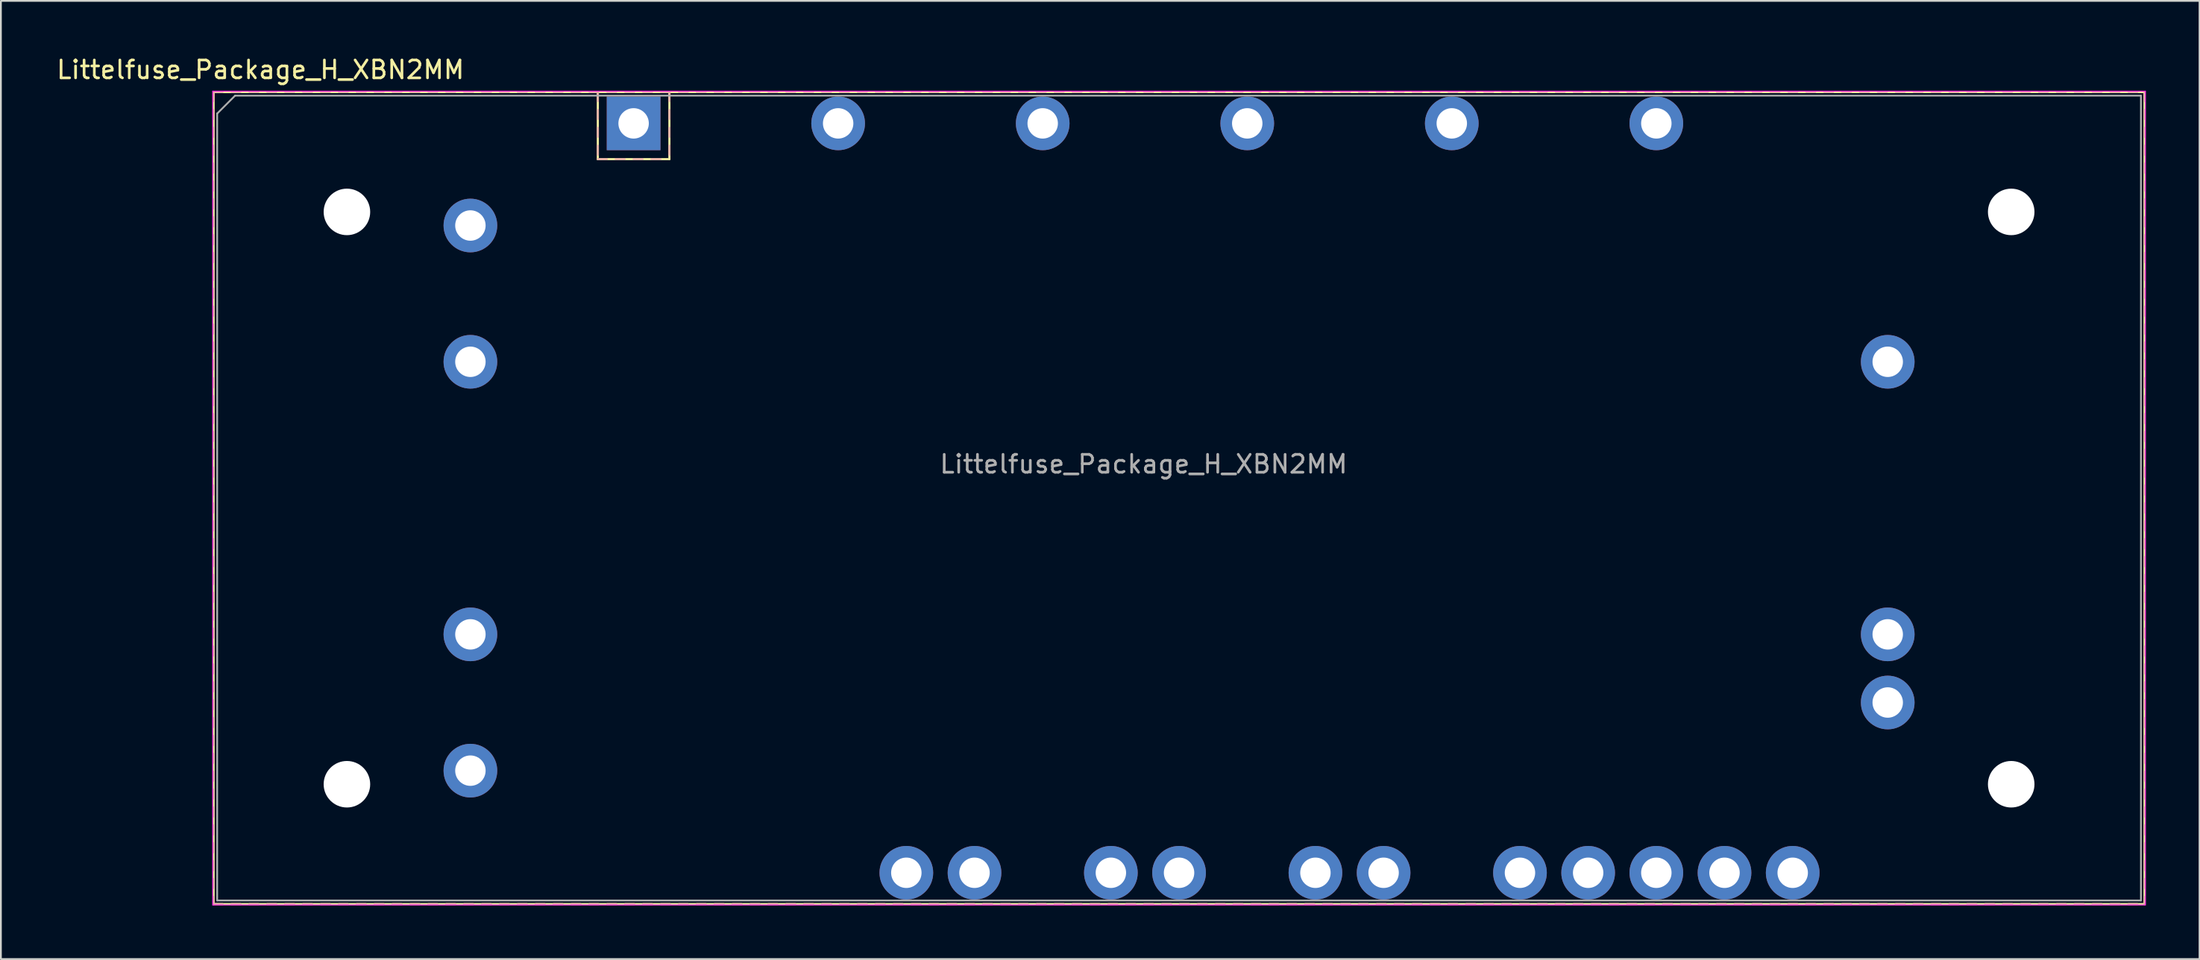
<source format=kicad_pcb>
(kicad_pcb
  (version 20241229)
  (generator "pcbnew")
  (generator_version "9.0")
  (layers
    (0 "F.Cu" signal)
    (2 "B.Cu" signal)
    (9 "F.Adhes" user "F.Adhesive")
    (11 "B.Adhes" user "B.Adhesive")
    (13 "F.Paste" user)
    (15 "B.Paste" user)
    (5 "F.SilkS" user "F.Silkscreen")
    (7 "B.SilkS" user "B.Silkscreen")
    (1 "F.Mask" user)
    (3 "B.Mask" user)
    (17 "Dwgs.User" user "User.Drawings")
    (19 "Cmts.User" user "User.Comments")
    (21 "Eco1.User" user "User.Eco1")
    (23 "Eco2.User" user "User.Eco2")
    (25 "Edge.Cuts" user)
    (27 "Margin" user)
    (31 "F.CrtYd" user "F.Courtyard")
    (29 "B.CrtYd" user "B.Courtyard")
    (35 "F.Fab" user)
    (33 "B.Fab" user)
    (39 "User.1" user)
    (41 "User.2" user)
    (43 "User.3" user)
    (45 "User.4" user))
  (footprint "Littelfuse_Package_H_XBN2MM"
    (layer "F.Cu")
    (at 32.356 3.848)
    (property "Reference" "Littelfuse_Package_H_XBN2MM" (at -20.85 -3 0) (layer "F.SilkS") (effects (font (size 1 1) (thickness 0.15))))
    (attr through_hole)
    (fp_line (start -23.47 -1.75) (end 84.43 -1.75) (stroke (width 0.12) (type solid)) (layer "F.SilkS"))
    (fp_line (start -23.47 43.65) (end -23.47 -1.75) (stroke (width 0.12) (type solid)) (layer "F.SilkS"))
    (fp_line (start -2 2) (end -2 -1.75) (stroke (width 0.12) (type solid)) (layer "F.SilkS"))
    (fp_line (start 2 -1.75) (end 2 1.75) (stroke (width 0.12) (type solid)) (layer "F.SilkS"))
    (fp_line (start 2 1.75) (end 2 2) (stroke (width 0.12) (type solid)) (layer "F.SilkS"))
    (fp_line (start 2 2) (end -2 2) (stroke (width 0.12) (type solid)) (layer "F.SilkS"))
    (fp_line (start 84.43 -1.75) (end 84.43 43.65) (stroke (width 0.12) (type solid)) (layer "F.SilkS"))
    (fp_line (start 84.43 43.65) (end -23.47 43.65) (stroke (width 0.12) (type solid)) (layer "F.SilkS"))
    (fp_line (start -23.47 -1.75) (end -23.47 -1.25) (stroke (width 0.12) (type solid)) (layer "B.SilkS"))
    (fp_line (start -23.47 -1.75) (end -22.97 -1.75) (stroke (width 0.12) (type solid)) (layer "B.SilkS"))
    (fp_line (start -23.47 -0.75) (end -23.47 -0.25) (stroke (width 0.12) (type solid)) (layer "B.SilkS"))
    (fp_line (start -23.47 0.25) (end -23.47 0.75) (stroke (width 0.12) (type solid)) (layer "B.SilkS"))
    (fp_line (start -23.47 1.25) (end -23.47 1.75) (stroke (width 0.12) (type solid)) (layer "B.SilkS"))
    (fp_line (start -23.47 2.25) (end -23.47 2.75) (stroke (width 0.12) (type solid)) (layer "B.SilkS"))
    (fp_line (start -23.47 3.25) (end -23.47 3.75) (stroke (width 0.12) (type solid)) (layer "B.SilkS"))
    (fp_line (start -23.47 4.25) (end -23.47 4.75) (stroke (width 0.12) (type solid)) (layer "B.SilkS"))
    (fp_line (start -23.47 5.25) (end -23.47 5.75) (stroke (width 0.12) (type solid)) (layer "B.SilkS"))
    (fp_line (start -23.47 6.25) (end -23.47 6.75) (stroke (width 0.12) (type solid)) (layer "B.SilkS"))
    (fp_line (start -23.47 7.25) (end -23.47 7.75) (stroke (width 0.12) (type solid)) (layer "B.SilkS"))
    (fp_line (start -23.47 8.25) (end -23.47 8.75) (stroke (width 0.12) (type solid)) (layer "B.SilkS"))
    (fp_line (start -23.47 9.25) (end -23.47 9.75) (stroke (width 0.12) (type solid)) (layer "B.SilkS"))
    (fp_line (start -23.47 10.25) (end -23.47 10.75) (stroke (width 0.12) (type solid)) (layer "B.SilkS"))
    (fp_line (start -23.47 11.25) (end -23.47 11.75) (stroke (width 0.12) (type solid)) (layer "B.SilkS"))
    (fp_line (start -23.47 12.25) (end -23.47 12.75) (stroke (width 0.12) (type solid)) (layer "B.SilkS"))
    (fp_line (start -23.47 13.25) (end -23.47 13.75) (stroke (width 0.12) (type solid)) (layer "B.SilkS"))
    (fp_line (start -23.47 14.25) (end -23.47 14.75) (stroke (width 0.12) (type solid)) (layer "B.SilkS"))
    (fp_line (start -23.47 15.25) (end -23.47 15.75) (stroke (width 0.12) (type solid)) (layer "B.SilkS"))
    (fp_line (start -23.47 16.25) (end -23.47 16.75) (stroke (width 0.12) (type solid)) (layer "B.SilkS"))
    (fp_line (start -23.47 17.25) (end -23.47 17.75) (stroke (width 0.12) (type solid)) (layer "B.SilkS"))
    (fp_line (start -23.47 18.25) (end -23.47 18.75) (stroke (width 0.12) (type solid)) (layer "B.SilkS"))
    (fp_line (start -23.47 19.25) (end -23.47 19.75) (stroke (width 0.12) (type solid)) (layer "B.SilkS"))
    (fp_line (start -23.47 20.25) (end -23.47 20.75) (stroke (width 0.12) (type solid)) (layer "B.SilkS"))
    (fp_line (start -23.47 21.25) (end -23.47 21.75) (stroke (width 0.12) (type solid)) (layer "B.SilkS"))
    (fp_line (start -23.47 22.25) (end -23.47 22.75) (stroke (width 0.12) (type solid)) (layer "B.SilkS"))
    (fp_line (start -23.47 23.25) (end -23.47 23.75) (stroke (width 0.12) (type solid)) (layer "B.SilkS"))
    (fp_line (start -23.47 24.25) (end -23.47 24.75) (stroke (width 0.12) (type solid)) (layer "B.SilkS"))
    (fp_line (start -23.47 25.25) (end -23.47 25.75) (stroke (width 0.12) (type solid)) (layer "B.SilkS"))
    (fp_line (start -23.47 26.25) (end -23.47 26.75) (stroke (width 0.12) (type solid)) (layer "B.SilkS"))
    (fp_line (start -23.47 27.25) (end -23.47 27.75) (stroke (width 0.12) (type solid)) (layer "B.SilkS"))
    (fp_line (start -23.47 28.25) (end -23.47 28.75) (stroke (width 0.12) (type solid)) (layer "B.SilkS"))
    (fp_line (start -23.47 29.25) (end -23.47 29.75) (stroke (width 0.12) (type solid)) (layer "B.SilkS"))
    (fp_line (start -23.47 30.25) (end -23.47 30.75) (stroke (width 0.12) (type solid)) (layer "B.SilkS"))
    (fp_line (start -23.47 31.25) (end -23.47 31.75) (stroke (width 0.12) (type solid)) (layer "B.SilkS"))
    (fp_line (start -23.47 32.25) (end -23.47 32.75) (stroke (width 0.12) (type solid)) (layer "B.SilkS"))
    (fp_line (start -23.47 33.25) (end -23.47 33.75) (stroke (width 0.12) (type solid)) (layer "B.SilkS"))
    (fp_line (start -23.47 34.25) (end -23.47 34.75) (stroke (width 0.12) (type solid)) (layer "B.SilkS"))
    (fp_line (start -23.47 35.25) (end -23.47 35.75) (stroke (width 0.12) (type solid)) (layer "B.SilkS"))
    (fp_line (start -23.47 36.25) (end -23.47 36.75) (stroke (width 0.12) (type solid)) (layer "B.SilkS"))
    (fp_line (start -23.47 37.25) (end -23.47 37.75) (stroke (width 0.12) (type solid)) (layer "B.SilkS"))
    (fp_line (start -23.47 38.25) (end -23.47 38.75) (stroke (width 0.12) (type solid)) (layer "B.SilkS"))
    (fp_line (start -23.47 39.25) (end -23.47 39.75) (stroke (width 0.12) (type solid)) (layer "B.SilkS"))
    (fp_line (start -23.47 40.25) (end -23.47 40.75) (stroke (width 0.12) (type solid)) (layer "B.SilkS"))
    (fp_line (start -23.47 41.25) (end -23.47 41.75) (stroke (width 0.12) (type solid)) (layer "B.SilkS"))
    (fp_line (start -23.47 42.25) (end -23.47 42.75) (stroke (width 0.12) (type solid)) (layer "B.SilkS"))
    (fp_line (start -23.47 43.25) (end -23.47 43.65) (stroke (width 0.12) (type solid)) (layer "B.SilkS"))
    (fp_line (start -23.47 43.65) (end -22.97 43.65) (stroke (width 0.12) (type solid)) (layer "B.SilkS"))
    (fp_line (start -22.47 -1.75) (end -21.97 -1.75) (stroke (width 0.12) (type solid)) (layer "B.SilkS"))
    (fp_line (start -22.47 43.65) (end -21.97 43.65) (stroke (width 0.12) (type solid)) (layer "B.SilkS"))
    (fp_line (start -21.47 -1.75) (end -20.97 -1.75) (stroke (width 0.12) (type solid)) (layer "B.SilkS"))
    (fp_line (start -21.47 43.65) (end -20.97 43.65) (stroke (width 0.12) (type solid)) (layer "B.SilkS"))
    (fp_line (start -20.47 -1.75) (end -19.97 -1.75) (stroke (width 0.12) (type solid)) (layer "B.SilkS"))
    (fp_line (start -20.47 43.65) (end -19.97 43.65) (stroke (width 0.12) (type solid)) (layer "B.SilkS"))
    (fp_line (start -19.47 -1.75) (end -18.97 -1.75) (stroke (width 0.12) (type solid)) (layer "B.SilkS"))
    (fp_line (start -19.47 43.65) (end -18.97 43.65) (stroke (width 0.12) (type solid)) (layer "B.SilkS"))
    (fp_line (start -18.47 -1.75) (end -17.97 -1.75) (stroke (width 0.12) (type solid)) (layer "B.SilkS"))
    (fp_line (start -18.47 43.65) (end -17.97 43.65) (stroke (width 0.12) (type solid)) (layer "B.SilkS"))
    (fp_line (start -17.47 -1.75) (end -16.97 -1.75) (stroke (width 0.12) (type solid)) (layer "B.SilkS"))
    (fp_line (start -17.47 43.65) (end -16.97 43.65) (stroke (width 0.12) (type solid)) (layer "B.SilkS"))
    (fp_line (start -16.47 -1.75) (end -15.97 -1.75) (stroke (width 0.12) (type solid)) (layer "B.SilkS"))
    (fp_line (start -16.47 43.65) (end -15.97 43.65) (stroke (width 0.12) (type solid)) (layer "B.SilkS"))
    (fp_line (start -15.47 -1.75) (end -14.97 -1.75) (stroke (width 0.12) (type solid)) (layer "B.SilkS"))
    (fp_line (start -15.47 43.65) (end -14.97 43.65) (stroke (width 0.12) (type solid)) (layer "B.SilkS"))
    (fp_line (start -14.47 -1.75) (end -13.97 -1.75) (stroke (width 0.12) (type solid)) (layer "B.SilkS"))
    (fp_line (start -14.47 43.65) (end -13.97 43.65) (stroke (width 0.12) (type solid)) (layer "B.SilkS"))
    (fp_line (start -13.47 -1.75) (end -12.97 -1.75) (stroke (width 0.12) (type solid)) (layer "B.SilkS"))
    (fp_line (start -13.47 43.65) (end -12.97 43.65) (stroke (width 0.12) (type solid)) (layer "B.SilkS"))
    (fp_line (start -12.47 -1.75) (end -11.97 -1.75) (stroke (width 0.12) (type solid)) (layer "B.SilkS"))
    (fp_line (start -12.47 43.65) (end -11.97 43.65) (stroke (width 0.12) (type solid)) (layer "B.SilkS"))
    (fp_line (start -11.47 -1.75) (end -10.97 -1.75) (stroke (width 0.12) (type solid)) (layer "B.SilkS"))
    (fp_line (start -11.47 43.65) (end -10.97 43.65) (stroke (width 0.12) (type solid)) (layer "B.SilkS"))
    (fp_line (start -10.47 -1.75) (end -9.97 -1.75) (stroke (width 0.12) (type solid)) (layer "B.SilkS"))
    (fp_line (start -10.47 43.65) (end -9.97 43.65) (stroke (width 0.12) (type solid)) (layer "B.SilkS"))
    (fp_line (start -9.47 -1.75) (end -8.97 -1.75) (stroke (width 0.12) (type solid)) (layer "B.SilkS"))
    (fp_line (start -9.47 43.65) (end -8.97 43.65) (stroke (width 0.12) (type solid)) (layer "B.SilkS"))
    (fp_line (start -8.47 -1.75) (end -7.97 -1.75) (stroke (width 0.12) (type solid)) (layer "B.SilkS"))
    (fp_line (start -8.47 43.65) (end -7.97 43.65) (stroke (width 0.12) (type solid)) (layer "B.SilkS"))
    (fp_line (start -7.47 -1.75) (end -6.97 -1.75) (stroke (width 0.12) (type solid)) (layer "B.SilkS"))
    (fp_line (start -7.47 43.65) (end -6.97 43.65) (stroke (width 0.12) (type solid)) (layer "B.SilkS"))
    (fp_line (start -6.47 -1.75) (end -5.97 -1.75) (stroke (width 0.12) (type solid)) (layer "B.SilkS"))
    (fp_line (start -6.47 43.65) (end -5.97 43.65) (stroke (width 0.12) (type solid)) (layer "B.SilkS"))
    (fp_line (start -5.47 -1.75) (end -4.97 -1.75) (stroke (width 0.12) (type solid)) (layer "B.SilkS"))
    (fp_line (start -5.47 43.65) (end -4.97 43.65) (stroke (width 0.12) (type solid)) (layer "B.SilkS"))
    (fp_line (start -4.47 -1.75) (end -3.97 -1.75) (stroke (width 0.12) (type solid)) (layer "B.SilkS"))
    (fp_line (start -4.47 43.65) (end -3.97 43.65) (stroke (width 0.12) (type solid)) (layer "B.SilkS"))
    (fp_line (start -3.47 -1.75) (end -2.97 -1.75) (stroke (width 0.12) (type solid)) (layer "B.SilkS"))
    (fp_line (start -3.47 43.65) (end -2.97 43.65) (stroke (width 0.12) (type solid)) (layer "B.SilkS"))
    (fp_line (start -2.47 -1.75) (end -1.97 -1.75) (stroke (width 0.12) (type solid)) (layer "B.SilkS"))
    (fp_line (start -2.47 43.65) (end -1.97 43.65) (stroke (width 0.12) (type solid)) (layer "B.SilkS"))
    (fp_line (start -2 -1.75) (end -2 -1.25) (stroke (width 0.12) (type solid)) (layer "B.SilkS"))
    (fp_line (start -2 -0.75) (end -2 -0.25) (stroke (width 0.12) (type solid)) (layer "B.SilkS"))
    (fp_line (start -2 0.25) (end -2 0.75) (stroke (width 0.12) (type solid)) (layer "B.SilkS"))
    (fp_line (start -2 1.25) (end -2 1.75) (stroke (width 0.12) (type solid)) (layer "B.SilkS"))
    (fp_line (start -2 2) (end -1.5 2) (stroke (width 0.12) (type solid)) (layer "B.SilkS"))
    (fp_line (start -1.47 -1.75) (end -0.97 -1.75) (stroke (width 0.12) (type solid)) (layer "B.SilkS"))
    (fp_line (start -1.47 43.65) (end -0.97 43.65) (stroke (width 0.12) (type solid)) (layer "B.SilkS"))
    (fp_line (start -1 2) (end -0.5 2) (stroke (width 0.12) (type solid)) (layer "B.SilkS"))
    (fp_line (start -0.47 -1.75) (end 0.03 -1.75) (stroke (width 0.12) (type solid)) (layer "B.SilkS"))
    (fp_line (start -0.47 43.65) (end 0.03 43.65) (stroke (width 0.12) (type solid)) (layer "B.SilkS"))
    (fp_line (start 0 2) (end 0.5 2) (stroke (width 0.12) (type solid)) (layer "B.SilkS"))
    (fp_line (start 0.53 -1.75) (end 1.03 -1.75) (stroke (width 0.12) (type solid)) (layer "B.SilkS"))
    (fp_line (start 0.53 43.65) (end 1.03 43.65) (stroke (width 0.12) (type solid)) (layer "B.SilkS"))
    (fp_line (start 1 2) (end 1.5 2) (stroke (width 0.12) (type solid)) (layer "B.SilkS"))
    (fp_line (start 1.53 -1.75) (end 2.03 -1.75) (stroke (width 0.12) (type solid)) (layer "B.SilkS"))
    (fp_line (start 1.53 43.65) (end 2.03 43.65) (stroke (width 0.12) (type solid)) (layer "B.SilkS"))
    (fp_line (start 2 -1.75) (end 2 -1.25) (stroke (width 0.12) (type solid)) (layer "B.SilkS"))
    (fp_line (start 2 -0.75) (end 2 -0.25) (stroke (width 0.12) (type solid)) (layer "B.SilkS"))
    (fp_line (start 2 0.25) (end 2 0.75) (stroke (width 0.12) (type solid)) (layer "B.SilkS"))
    (fp_line (start 2 1.25) (end 2 1.75) (stroke (width 0.12) (type solid)) (layer "B.SilkS"))
    (fp_line (start 2.53 -1.75) (end 3.03 -1.75) (stroke (width 0.12) (type solid)) (layer "B.SilkS"))
    (fp_line (start 2.53 43.65) (end 3.03 43.65) (stroke (width 0.12) (type solid)) (layer "B.SilkS"))
    (fp_line (start 3.53 -1.75) (end 4.03 -1.75) (stroke (width 0.12) (type solid)) (layer "B.SilkS"))
    (fp_line (start 3.53 43.65) (end 4.03 43.65) (stroke (width 0.12) (type solid)) (layer "B.SilkS"))
    (fp_line (start 4.53 -1.75) (end 5.03 -1.75) (stroke (width 0.12) (type solid)) (layer "B.SilkS"))
    (fp_line (start 4.53 43.65) (end 5.03 43.65) (stroke (width 0.12) (type solid)) (layer "B.SilkS"))
    (fp_line (start 5.53 -1.75) (end 6.03 -1.75) (stroke (width 0.12) (type solid)) (layer "B.SilkS"))
    (fp_line (start 5.53 43.65) (end 6.03 43.65) (stroke (width 0.12) (type solid)) (layer "B.SilkS"))
    (fp_line (start 6.53 -1.75) (end 7.03 -1.75) (stroke (width 0.12) (type solid)) (layer "B.SilkS"))
    (fp_line (start 6.53 43.65) (end 7.03 43.65) (stroke (width 0.12) (type solid)) (layer "B.SilkS"))
    (fp_line (start 7.53 -1.75) (end 8.03 -1.75) (stroke (width 0.12) (type solid)) (layer "B.SilkS"))
    (fp_line (start 7.53 43.65) (end 8.03 43.65) (stroke (width 0.12) (type solid)) (layer "B.SilkS"))
    (fp_line (start 8.53 -1.75) (end 9.03 -1.75) (stroke (width 0.12) (type solid)) (layer "B.SilkS"))
    (fp_line (start 8.53 43.65) (end 9.03 43.65) (stroke (width 0.12) (type solid)) (layer "B.SilkS"))
    (fp_line (start 9.53 -1.75) (end 10.03 -1.75) (stroke (width 0.12) (type solid)) (layer "B.SilkS"))
    (fp_line (start 9.53 43.65) (end 10.03 43.65) (stroke (width 0.12) (type solid)) (layer "B.SilkS"))
    (fp_line (start 10.53 -1.75) (end 11.03 -1.75) (stroke (width 0.12) (type solid)) (layer "B.SilkS"))
    (fp_line (start 10.53 43.65) (end 11.03 43.65) (stroke (width 0.12) (type solid)) (layer "B.SilkS"))
    (fp_line (start 11.53 -1.75) (end 12.03 -1.75) (stroke (width 0.12) (type solid)) (layer "B.SilkS"))
    (fp_line (start 11.53 43.65) (end 12.03 43.65) (stroke (width 0.12) (type solid)) (layer "B.SilkS"))
    (fp_line (start 12.53 -1.75) (end 13.03 -1.75) (stroke (width 0.12) (type solid)) (layer "B.SilkS"))
    (fp_line (start 12.53 43.65) (end 13.03 43.65) (stroke (width 0.12) (type solid)) (layer "B.SilkS"))
    (fp_line (start 13.53 -1.75) (end 14.03 -1.75) (stroke (width 0.12) (type solid)) (layer "B.SilkS"))
    (fp_line (start 13.53 43.65) (end 14.03 43.65) (stroke (width 0.12) (type solid)) (layer "B.SilkS"))
    (fp_line (start 14.53 -1.75) (end 15.03 -1.75) (stroke (width 0.12) (type solid)) (layer "B.SilkS"))
    (fp_line (start 14.53 43.65) (end 15.03 43.65) (stroke (width 0.12) (type solid)) (layer "B.SilkS"))
    (fp_line (start 15.53 -1.75) (end 16.03 -1.75) (stroke (width 0.12) (type solid)) (layer "B.SilkS"))
    (fp_line (start 15.53 43.65) (end 16.03 43.65) (stroke (width 0.12) (type solid)) (layer "B.SilkS"))
    (fp_line (start 16.53 -1.75) (end 17.03 -1.75) (stroke (width 0.12) (type solid)) (layer "B.SilkS"))
    (fp_line (start 16.53 43.65) (end 17.03 43.65) (stroke (width 0.12) (type solid)) (layer "B.SilkS"))
    (fp_line (start 17.53 -1.75) (end 18.03 -1.75) (stroke (width 0.12) (type solid)) (layer "B.SilkS"))
    (fp_line (start 17.53 43.65) (end 18.03 43.65) (stroke (width 0.12) (type solid)) (layer "B.SilkS"))
    (fp_line (start 18.53 -1.75) (end 19.03 -1.75) (stroke (width 0.12) (type solid)) (layer "B.SilkS"))
    (fp_line (start 18.53 43.65) (end 19.03 43.65) (stroke (width 0.12) (type solid)) (layer "B.SilkS"))
    (fp_line (start 19.53 -1.75) (end 20.03 -1.75) (stroke (width 0.12) (type solid)) (layer "B.SilkS"))
    (fp_line (start 19.53 43.65) (end 20.03 43.65) (stroke (width 0.12) (type solid)) (layer "B.SilkS"))
    (fp_line (start 20.53 -1.75) (end 21.03 -1.75) (stroke (width 0.12) (type solid)) (layer "B.SilkS"))
    (fp_line (start 20.53 43.65) (end 21.03 43.65) (stroke (width 0.12) (type solid)) (layer "B.SilkS"))
    (fp_line (start 21.53 -1.75) (end 22.03 -1.75) (stroke (width 0.12) (type solid)) (layer "B.SilkS"))
    (fp_line (start 21.53 43.65) (end 22.03 43.65) (stroke (width 0.12) (type solid)) (layer "B.SilkS"))
    (fp_line (start 22.53 -1.75) (end 23.03 -1.75) (stroke (width 0.12) (type solid)) (layer "B.SilkS"))
    (fp_line (start 22.53 43.65) (end 23.03 43.65) (stroke (width 0.12) (type solid)) (layer "B.SilkS"))
    (fp_line (start 23.53 -1.75) (end 24.03 -1.75) (stroke (width 0.12) (type solid)) (layer "B.SilkS"))
    (fp_line (start 23.53 43.65) (end 24.03 43.65) (stroke (width 0.12) (type solid)) (layer "B.SilkS"))
    (fp_line (start 24.53 -1.75) (end 25.03 -1.75) (stroke (width 0.12) (type solid)) (layer "B.SilkS"))
    (fp_line (start 24.53 43.65) (end 25.03 43.65) (stroke (width 0.12) (type solid)) (layer "B.SilkS"))
    (fp_line (start 25.53 -1.75) (end 26.03 -1.75) (stroke (width 0.12) (type solid)) (layer "B.SilkS"))
    (fp_line (start 25.53 43.65) (end 26.03 43.65) (stroke (width 0.12) (type solid)) (layer "B.SilkS"))
    (fp_line (start 26.53 -1.75) (end 27.03 -1.75) (stroke (width 0.12) (type solid)) (layer "B.SilkS"))
    (fp_line (start 26.53 43.65) (end 27.03 43.65) (stroke (width 0.12) (type solid)) (layer "B.SilkS"))
    (fp_line (start 27.53 -1.75) (end 28.03 -1.75) (stroke (width 0.12) (type solid)) (layer "B.SilkS"))
    (fp_line (start 27.53 43.65) (end 28.03 43.65) (stroke (width 0.12) (type solid)) (layer "B.SilkS"))
    (fp_line (start 28.53 -1.75) (end 29.03 -1.75) (stroke (width 0.12) (type solid)) (layer "B.SilkS"))
    (fp_line (start 28.53 43.65) (end 29.03 43.65) (stroke (width 0.12) (type solid)) (layer "B.SilkS"))
    (fp_line (start 29.53 -1.75) (end 30.03 -1.75) (stroke (width 0.12) (type solid)) (layer "B.SilkS"))
    (fp_line (start 29.53 43.65) (end 30.03 43.65) (stroke (width 0.12) (type solid)) (layer "B.SilkS"))
    (fp_line (start 30.53 -1.75) (end 31.03 -1.75) (stroke (width 0.12) (type solid)) (layer "B.SilkS"))
    (fp_line (start 30.53 43.65) (end 31.03 43.65) (stroke (width 0.12) (type solid)) (layer "B.SilkS"))
    (fp_line (start 31.53 -1.75) (end 32.03 -1.75) (stroke (width 0.12) (type solid)) (layer "B.SilkS"))
    (fp_line (start 31.53 43.65) (end 32.03 43.65) (stroke (width 0.12) (type solid)) (layer "B.SilkS"))
    (fp_line (start 32.53 -1.75) (end 33.03 -1.75) (stroke (width 0.12) (type solid)) (layer "B.SilkS"))
    (fp_line (start 32.53 43.65) (end 33.03 43.65) (stroke (width 0.12) (type solid)) (layer "B.SilkS"))
    (fp_line (start 33.53 -1.75) (end 34.03 -1.75) (stroke (width 0.12) (type solid)) (layer "B.SilkS"))
    (fp_line (start 33.53 43.65) (end 34.03 43.65) (stroke (width 0.12) (type solid)) (layer "B.SilkS"))
    (fp_line (start 34.53 -1.75) (end 35.03 -1.75) (stroke (width 0.12) (type solid)) (layer "B.SilkS"))
    (fp_line (start 34.53 43.65) (end 35.03 43.65) (stroke (width 0.12) (type solid)) (layer "B.SilkS"))
    (fp_line (start 35.53 -1.75) (end 36.03 -1.75) (stroke (width 0.12) (type solid)) (layer "B.SilkS"))
    (fp_line (start 35.53 43.65) (end 36.03 43.65) (stroke (width 0.12) (type solid)) (layer "B.SilkS"))
    (fp_line (start 36.53 -1.75) (end 37.03 -1.75) (stroke (width 0.12) (type solid)) (layer "B.SilkS"))
    (fp_line (start 36.53 43.65) (end 37.03 43.65) (stroke (width 0.12) (type solid)) (layer "B.SilkS"))
    (fp_line (start 37.53 -1.75) (end 38.03 -1.75) (stroke (width 0.12) (type solid)) (layer "B.SilkS"))
    (fp_line (start 37.53 43.65) (end 38.03 43.65) (stroke (width 0.12) (type solid)) (layer "B.SilkS"))
    (fp_line (start 38.53 -1.75) (end 39.03 -1.75) (stroke (width 0.12) (type solid)) (layer "B.SilkS"))
    (fp_line (start 38.53 43.65) (end 39.03 43.65) (stroke (width 0.12) (type solid)) (layer "B.SilkS"))
    (fp_line (start 39.53 -1.75) (end 40.03 -1.75) (stroke (width 0.12) (type solid)) (layer "B.SilkS"))
    (fp_line (start 39.53 43.65) (end 40.03 43.65) (stroke (width 0.12) (type solid)) (layer "B.SilkS"))
    (fp_line (start 40.53 -1.75) (end 41.03 -1.75) (stroke (width 0.12) (type solid)) (layer "B.SilkS"))
    (fp_line (start 40.53 43.65) (end 41.03 43.65) (stroke (width 0.12) (type solid)) (layer "B.SilkS"))
    (fp_line (start 41.53 -1.75) (end 42.03 -1.75) (stroke (width 0.12) (type solid)) (layer "B.SilkS"))
    (fp_line (start 41.53 43.65) (end 42.03 43.65) (stroke (width 0.12) (type solid)) (layer "B.SilkS"))
    (fp_line (start 42.53 -1.75) (end 43.03 -1.75) (stroke (width 0.12) (type solid)) (layer "B.SilkS"))
    (fp_line (start 42.53 43.65) (end 43.03 43.65) (stroke (width 0.12) (type solid)) (layer "B.SilkS"))
    (fp_line (start 43.53 -1.75) (end 44.03 -1.75) (stroke (width 0.12) (type solid)) (layer "B.SilkS"))
    (fp_line (start 43.53 43.65) (end 44.03 43.65) (stroke (width 0.12) (type solid)) (layer "B.SilkS"))
    (fp_line (start 44.53 -1.75) (end 45.03 -1.75) (stroke (width 0.12) (type solid)) (layer "B.SilkS"))
    (fp_line (start 44.53 43.65) (end 45.03 43.65) (stroke (width 0.12) (type solid)) (layer "B.SilkS"))
    (fp_line (start 45.53 -1.75) (end 46.03 -1.75) (stroke (width 0.12) (type solid)) (layer "B.SilkS"))
    (fp_line (start 45.53 43.65) (end 46.03 43.65) (stroke (width 0.12) (type solid)) (layer "B.SilkS"))
    (fp_line (start 46.53 -1.75) (end 47.03 -1.75) (stroke (width 0.12) (type solid)) (layer "B.SilkS"))
    (fp_line (start 46.53 43.65) (end 47.03 43.65) (stroke (width 0.12) (type solid)) (layer "B.SilkS"))
    (fp_line (start 47.53 -1.75) (end 48.03 -1.75) (stroke (width 0.12) (type solid)) (layer "B.SilkS"))
    (fp_line (start 47.53 43.65) (end 48.03 43.65) (stroke (width 0.12) (type solid)) (layer "B.SilkS"))
    (fp_line (start 48.53 -1.75) (end 49.03 -1.75) (stroke (width 0.12) (type solid)) (layer "B.SilkS"))
    (fp_line (start 48.53 43.65) (end 49.03 43.65) (stroke (width 0.12) (type solid)) (layer "B.SilkS"))
    (fp_line (start 49.53 -1.75) (end 50.03 -1.75) (stroke (width 0.12) (type solid)) (layer "B.SilkS"))
    (fp_line (start 49.53 43.65) (end 50.03 43.65) (stroke (width 0.12) (type solid)) (layer "B.SilkS"))
    (fp_line (start 50.53 -1.75) (end 51.03 -1.75) (stroke (width 0.12) (type solid)) (layer "B.SilkS"))
    (fp_line (start 50.53 43.65) (end 51.03 43.65) (stroke (width 0.12) (type solid)) (layer "B.SilkS"))
    (fp_line (start 51.53 -1.75) (end 52.03 -1.75) (stroke (width 0.12) (type solid)) (layer "B.SilkS"))
    (fp_line (start 51.53 43.65) (end 52.03 43.65) (stroke (width 0.12) (type solid)) (layer "B.SilkS"))
    (fp_line (start 52.53 -1.75) (end 53.03 -1.75) (stroke (width 0.12) (type solid)) (layer "B.SilkS"))
    (fp_line (start 52.53 43.65) (end 53.03 43.65) (stroke (width 0.12) (type solid)) (layer "B.SilkS"))
    (fp_line (start 53.53 -1.75) (end 54.03 -1.75) (stroke (width 0.12) (type solid)) (layer "B.SilkS"))
    (fp_line (start 53.53 43.65) (end 54.03 43.65) (stroke (width 0.12) (type solid)) (layer "B.SilkS"))
    (fp_line (start 54.53 -1.75) (end 55.03 -1.75) (stroke (width 0.12) (type solid)) (layer "B.SilkS"))
    (fp_line (start 54.53 43.65) (end 55.03 43.65) (stroke (width 0.12) (type solid)) (layer "B.SilkS"))
    (fp_line (start 55.53 -1.75) (end 56.03 -1.75) (stroke (width 0.12) (type solid)) (layer "B.SilkS"))
    (fp_line (start 55.53 43.65) (end 56.03 43.65) (stroke (width 0.12) (type solid)) (layer "B.SilkS"))
    (fp_line (start 56.53 -1.75) (end 57.03 -1.75) (stroke (width 0.12) (type solid)) (layer "B.SilkS"))
    (fp_line (start 56.53 43.65) (end 57.03 43.65) (stroke (width 0.12) (type solid)) (layer "B.SilkS"))
    (fp_line (start 57.53 -1.75) (end 58.03 -1.75) (stroke (width 0.12) (type solid)) (layer "B.SilkS"))
    (fp_line (start 57.53 43.65) (end 58.03 43.65) (stroke (width 0.12) (type solid)) (layer "B.SilkS"))
    (fp_line (start 58.53 -1.75) (end 59.03 -1.75) (stroke (width 0.12) (type solid)) (layer "B.SilkS"))
    (fp_line (start 58.53 43.65) (end 59.03 43.65) (stroke (width 0.12) (type solid)) (layer "B.SilkS"))
    (fp_line (start 59.53 -1.75) (end 60.03 -1.75) (stroke (width 0.12) (type solid)) (layer "B.SilkS"))
    (fp_line (start 59.53 43.65) (end 60.03 43.65) (stroke (width 0.12) (type solid)) (layer "B.SilkS"))
    (fp_line (start 60.53 -1.75) (end 61.03 -1.75) (stroke (width 0.12) (type solid)) (layer "B.SilkS"))
    (fp_line (start 60.53 43.65) (end 61.03 43.65) (stroke (width 0.12) (type solid)) (layer "B.SilkS"))
    (fp_line (start 61.53 -1.75) (end 62.03 -1.75) (stroke (width 0.12) (type solid)) (layer "B.SilkS"))
    (fp_line (start 61.53 43.65) (end 62.03 43.65) (stroke (width 0.12) (type solid)) (layer "B.SilkS"))
    (fp_line (start 62.53 -1.75) (end 63.03 -1.75) (stroke (width 0.12) (type solid)) (layer "B.SilkS"))
    (fp_line (start 62.53 43.65) (end 63.03 43.65) (stroke (width 0.12) (type solid)) (layer "B.SilkS"))
    (fp_line (start 63.53 -1.75) (end 64.03 -1.75) (stroke (width 0.12) (type solid)) (layer "B.SilkS"))
    (fp_line (start 63.53 43.65) (end 64.03 43.65) (stroke (width 0.12) (type solid)) (layer "B.SilkS"))
    (fp_line (start 64.53 -1.75) (end 65.03 -1.75) (stroke (width 0.12) (type solid)) (layer "B.SilkS"))
    (fp_line (start 64.53 43.65) (end 65.03 43.65) (stroke (width 0.12) (type solid)) (layer "B.SilkS"))
    (fp_line (start 65.53 -1.75) (end 66.03 -1.75) (stroke (width 0.12) (type solid)) (layer "B.SilkS"))
    (fp_line (start 65.53 43.65) (end 66.03 43.65) (stroke (width 0.12) (type solid)) (layer "B.SilkS"))
    (fp_line (start 66.53 -1.75) (end 67.03 -1.75) (stroke (width 0.12) (type solid)) (layer "B.SilkS"))
    (fp_line (start 66.53 43.65) (end 67.03 43.65) (stroke (width 0.12) (type solid)) (layer "B.SilkS"))
    (fp_line (start 67.53 -1.75) (end 68.03 -1.75) (stroke (width 0.12) (type solid)) (layer "B.SilkS"))
    (fp_line (start 67.53 43.65) (end 68.03 43.65) (stroke (width 0.12) (type solid)) (layer "B.SilkS"))
    (fp_line (start 68.53 -1.75) (end 69.03 -1.75) (stroke (width 0.12) (type solid)) (layer "B.SilkS"))
    (fp_line (start 68.53 43.65) (end 69.03 43.65) (stroke (width 0.12) (type solid)) (layer "B.SilkS"))
    (fp_line (start 69.53 -1.75) (end 70.03 -1.75) (stroke (width 0.12) (type solid)) (layer "B.SilkS"))
    (fp_line (start 69.53 43.65) (end 70.03 43.65) (stroke (width 0.12) (type solid)) (layer "B.SilkS"))
    (fp_line (start 70.53 -1.75) (end 71.03 -1.75) (stroke (width 0.12) (type solid)) (layer "B.SilkS"))
    (fp_line (start 70.53 43.65) (end 71.03 43.65) (stroke (width 0.12) (type solid)) (layer "B.SilkS"))
    (fp_line (start 71.53 -1.75) (end 72.03 -1.75) (stroke (width 0.12) (type solid)) (layer "B.SilkS"))
    (fp_line (start 71.53 43.65) (end 72.03 43.65) (stroke (width 0.12) (type solid)) (layer "B.SilkS"))
    (fp_line (start 72.53 -1.75) (end 73.03 -1.75) (stroke (width 0.12) (type solid)) (layer "B.SilkS"))
    (fp_line (start 72.53 43.65) (end 73.03 43.65) (stroke (width 0.12) (type solid)) (layer "B.SilkS"))
    (fp_line (start 73.53 -1.75) (end 74.03 -1.75) (stroke (width 0.12) (type solid)) (layer "B.SilkS"))
    (fp_line (start 73.53 43.65) (end 74.03 43.65) (stroke (width 0.12) (type solid)) (layer "B.SilkS"))
    (fp_line (start 74.53 -1.75) (end 75.03 -1.75) (stroke (width 0.12) (type solid)) (layer "B.SilkS"))
    (fp_line (start 74.53 43.65) (end 75.03 43.65) (stroke (width 0.12) (type solid)) (layer "B.SilkS"))
    (fp_line (start 75.53 -1.75) (end 76.03 -1.75) (stroke (width 0.12) (type solid)) (layer "B.SilkS"))
    (fp_line (start 75.53 43.65) (end 76.03 43.65) (stroke (width 0.12) (type solid)) (layer "B.SilkS"))
    (fp_line (start 76.53 -1.75) (end 77.03 -1.75) (stroke (width 0.12) (type solid)) (layer "B.SilkS"))
    (fp_line (start 76.53 43.65) (end 77.03 43.65) (stroke (width 0.12) (type solid)) (layer "B.SilkS"))
    (fp_line (start 77.53 -1.75) (end 78.03 -1.75) (stroke (width 0.12) (type solid)) (layer "B.SilkS"))
    (fp_line (start 77.53 43.65) (end 78.03 43.65) (stroke (width 0.12) (type solid)) (layer "B.SilkS"))
    (fp_line (start 78.53 -1.75) (end 79.03 -1.75) (stroke (width 0.12) (type solid)) (layer "B.SilkS"))
    (fp_line (start 78.53 43.65) (end 79.03 43.65) (stroke (width 0.12) (type solid)) (layer "B.SilkS"))
    (fp_line (start 79.53 -1.75) (end 80.03 -1.75) (stroke (width 0.12) (type solid)) (layer "B.SilkS"))
    (fp_line (start 79.53 43.65) (end 80.03 43.65) (stroke (width 0.12) (type solid)) (layer "B.SilkS"))
    (fp_line (start 80.53 -1.75) (end 81.03 -1.75) (stroke (width 0.12) (type solid)) (layer "B.SilkS"))
    (fp_line (start 80.53 43.65) (end 81.03 43.65) (stroke (width 0.12) (type solid)) (layer "B.SilkS"))
    (fp_line (start 81.53 -1.75) (end 82.03 -1.75) (stroke (width 0.12) (type solid)) (layer "B.SilkS"))
    (fp_line (start 81.53 43.65) (end 82.03 43.65) (stroke (width 0.12) (type solid)) (layer "B.SilkS"))
    (fp_line (start 82.53 -1.75) (end 83.03 -1.75) (stroke (width 0.12) (type solid)) (layer "B.SilkS"))
    (fp_line (start 82.53 43.65) (end 83.03 43.65) (stroke (width 0.12) (type solid)) (layer "B.SilkS"))
    (fp_line (start 83.53 -1.75) (end 84.03 -1.75) (stroke (width 0.12) (type solid)) (layer "B.SilkS"))
    (fp_line (start 83.53 43.65) (end 84.03 43.65) (stroke (width 0.12) (type solid)) (layer "B.SilkS"))
    (fp_line (start 84.43 -1.75) (end 84.43 -1.25) (stroke (width 0.12) (type solid)) (layer "B.SilkS"))
    (fp_line (start 84.43 -0.75) (end 84.43 -0.25) (stroke (width 0.12) (type solid)) (layer "B.SilkS"))
    (fp_line (start 84.43 0.25) (end 84.43 0.75) (stroke (width 0.12) (type solid)) (layer "B.SilkS"))
    (fp_line (start 84.43 1.25) (end 84.43 1.75) (stroke (width 0.12) (type solid)) (layer "B.SilkS"))
    (fp_line (start 84.43 2.25) (end 84.43 2.75) (stroke (width 0.12) (type solid)) (layer "B.SilkS"))
    (fp_line (start 84.43 3.25) (end 84.43 3.75) (stroke (width 0.12) (type solid)) (layer "B.SilkS"))
    (fp_line (start 84.43 4.25) (end 84.43 4.75) (stroke (width 0.12) (type solid)) (layer "B.SilkS"))
    (fp_line (start 84.43 5.25) (end 84.43 5.75) (stroke (width 0.12) (type solid)) (layer "B.SilkS"))
    (fp_line (start 84.43 6.25) (end 84.43 6.75) (stroke (width 0.12) (type solid)) (layer "B.SilkS"))
    (fp_line (start 84.43 7.25) (end 84.43 7.75) (stroke (width 0.12) (type solid)) (layer "B.SilkS"))
    (fp_line (start 84.43 8.25) (end 84.43 8.75) (stroke (width 0.12) (type solid)) (layer "B.SilkS"))
    (fp_line (start 84.43 9.25) (end 84.43 9.75) (stroke (width 0.12) (type solid)) (layer "B.SilkS"))
    (fp_line (start 84.43 10.25) (end 84.43 10.75) (stroke (width 0.12) (type solid)) (layer "B.SilkS"))
    (fp_line (start 84.43 11.25) (end 84.43 11.75) (stroke (width 0.12) (type solid)) (layer "B.SilkS"))
    (fp_line (start 84.43 12.25) (end 84.43 12.75) (stroke (width 0.12) (type solid)) (layer "B.SilkS"))
    (fp_line (start 84.43 13.25) (end 84.43 13.75) (stroke (width 0.12) (type solid)) (layer "B.SilkS"))
    (fp_line (start 84.43 14.25) (end 84.43 14.75) (stroke (width 0.12) (type solid)) (layer "B.SilkS"))
    (fp_line (start 84.43 15.25) (end 84.43 15.75) (stroke (width 0.12) (type solid)) (layer "B.SilkS"))
    (fp_line (start 84.43 16.25) (end 84.43 16.75) (stroke (width 0.12) (type solid)) (layer "B.SilkS"))
    (fp_line (start 84.43 17.25) (end 84.43 17.75) (stroke (width 0.12) (type solid)) (layer "B.SilkS"))
    (fp_line (start 84.43 18.25) (end 84.43 18.75) (stroke (width 0.12) (type solid)) (layer "B.SilkS"))
    (fp_line (start 84.43 19.25) (end 84.43 19.75) (stroke (width 0.12) (type solid)) (layer "B.SilkS"))
    (fp_line (start 84.43 20.25) (end 84.43 20.75) (stroke (width 0.12) (type solid)) (layer "B.SilkS"))
    (fp_line (start 84.43 21.25) (end 84.43 21.75) (stroke (width 0.12) (type solid)) (layer "B.SilkS"))
    (fp_line (start 84.43 22.25) (end 84.43 22.75) (stroke (width 0.12) (type solid)) (layer "B.SilkS"))
    (fp_line (start 84.43 23.25) (end 84.43 23.75) (stroke (width 0.12) (type solid)) (layer "B.SilkS"))
    (fp_line (start 84.43 24.25) (end 84.43 24.75) (stroke (width 0.12) (type solid)) (layer "B.SilkS"))
    (fp_line (start 84.43 25.25) (end 84.43 25.75) (stroke (width 0.12) (type solid)) (layer "B.SilkS"))
    (fp_line (start 84.43 26.25) (end 84.43 26.75) (stroke (width 0.12) (type solid)) (layer "B.SilkS"))
    (fp_line (start 84.43 27.25) (end 84.43 27.75) (stroke (width 0.12) (type solid)) (layer "B.SilkS"))
    (fp_line (start 84.43 28.25) (end 84.43 28.75) (stroke (width 0.12) (type solid)) (layer "B.SilkS"))
    (fp_line (start 84.43 29.25) (end 84.43 29.75) (stroke (width 0.12) (type solid)) (layer "B.SilkS"))
    (fp_line (start 84.43 30.25) (end 84.43 30.75) (stroke (width 0.12) (type solid)) (layer "B.SilkS"))
    (fp_line (start 84.43 31.25) (end 84.43 31.75) (stroke (width 0.12) (type solid)) (layer "B.SilkS"))
    (fp_line (start 84.43 32.25) (end 84.43 32.75) (stroke (width 0.12) (type solid)) (layer "B.SilkS"))
    (fp_line (start 84.43 33.25) (end 84.43 33.75) (stroke (width 0.12) (type solid)) (layer "B.SilkS"))
    (fp_line (start 84.43 34.25) (end 84.43 34.75) (stroke (width 0.12) (type solid)) (layer "B.SilkS"))
    (fp_line (start 84.43 35.25) (end 84.43 35.75) (stroke (width 0.12) (type solid)) (layer "B.SilkS"))
    (fp_line (start 84.43 36.25) (end 84.43 36.75) (stroke (width 0.12) (type solid)) (layer "B.SilkS"))
    (fp_line (start 84.43 37.25) (end 84.43 37.75) (stroke (width 0.12) (type solid)) (layer "B.SilkS"))
    (fp_line (start 84.43 38.25) (end 84.43 38.75) (stroke (width 0.12) (type solid)) (layer "B.SilkS"))
    (fp_line (start 84.43 39.25) (end 84.43 39.75) (stroke (width 0.12) (type solid)) (layer "B.SilkS"))
    (fp_line (start 84.43 40.25) (end 84.43 40.75) (stroke (width 0.12) (type solid)) (layer "B.SilkS"))
    (fp_line (start 84.43 41.25) (end 84.43 41.75) (stroke (width 0.12) (type solid)) (layer "B.SilkS"))
    (fp_line (start 84.43 42.25) (end 84.43 42.75) (stroke (width 0.12) (type solid)) (layer "B.SilkS"))
    (fp_line (start 84.43 43.25) (end 84.43 43.65) (stroke (width 0.12) (type solid)) (layer "B.SilkS"))
    (fp_line (start -23.52 -1.8) (end 84.48 -1.8) (stroke (width 0.05) (type solid)) (layer "F.CrtYd"))
    (fp_line (start -23.52 43.7) (end -23.52 -1.8) (stroke (width 0.05) (type solid)) (layer "F.CrtYd"))
    (fp_line (start 84.48 -1.8) (end 84.48 43.7) (stroke (width 0.05) (type solid)) (layer "F.CrtYd"))
    (fp_line (start 84.48 43.7) (end -23.52 43.7) (stroke (width 0.05) (type solid)) (layer "F.CrtYd"))
    (fp_line (start -23.27 43.45) (end -23.27 -0.55) (stroke (width 0.1) (type solid)) (layer "F.Fab"))
    (fp_line (start -23.27 43.45) (end 84.23 43.45) (stroke (width 0.1) (type solid)) (layer "F.Fab"))
    (fp_line (start -22.27 -1.55) (end -23.27 -0.55) (stroke (width 0.1) (type solid)) (layer "F.Fab"))
    (fp_line (start -22.27 -1.55) (end 84.23 -1.55) (stroke (width 0.1) (type solid)) (layer "F.Fab"))
    (fp_line (start 84.23 43.45) (end 84.23 -1.55) (stroke (width 0.1) (type solid)) (layer "F.Fab"))
    (fp_text user "${REFERENCE}" (at 28.5 19.05 180) (layer "F.Fab") (effects (font (size 1 1) (thickness 0.15))))
    (pad "" np_thru_hole circle (at -16.02 4.95) (size 2.6 2.6) (drill 2.6) (layers "*.Cu" "*.Mask"))
    (pad "" np_thru_hole circle (at -16.02 36.95) (size 2.6 2.6) (drill 2.6) (layers "*.Cu" "*.Mask"))
    (pad "" np_thru_hole circle (at 76.98 4.95) (size 2.6 2.6) (drill 2.6) (layers "*.Cu" "*.Mask"))
    (pad "" np_thru_hole circle (at 76.98 36.95) (size 2.6 2.6) (drill 2.6) (layers "*.Cu" "*.Mask"))
    (pad "1" thru_hole rect (at 0 0) (size 3 3) (drill 1.7) (layers "*.Cu" "*.Mask"))
    (pad "2" thru_hole circle (at 11.43 0) (size 3 3) (drill 1.7) (layers "*.Cu" "*.Mask"))
    (pad "3" thru_hole circle (at 22.86 0) (size 3 3) (drill 1.7) (layers "*.Cu" "*.Mask"))
    (pad "4" thru_hole circle (at 34.29 0) (size 3 3) (drill 1.7) (layers "*.Cu" "*.Mask"))
    (pad "5" thru_hole circle (at 45.72 0) (size 3 3) (drill 1.7) (layers "*.Cu" "*.Mask"))
    (pad "6" thru_hole circle (at 57.15 0) (size 3 3) (drill 1.7) (layers "*.Cu" "*.Mask"))
    (pad "7" thru_hole circle (at 70.08 13.33) (size 3 3) (drill 1.7) (layers "*.Cu" "*.Mask"))
    (pad "8" thru_hole circle (at 70.08 28.57) (size 3 3) (drill 1.7) (layers "*.Cu" "*.Mask"))
    (pad "9" thru_hole circle (at 70.08 32.38) (size 3 3) (drill 1.7) (layers "*.Cu" "*.Mask"))
    (pad "10" thru_hole circle (at 64.77 41.9) (size 3 3) (drill 1.7) (layers "*.Cu" "*.Mask"))
    (pad "11" thru_hole circle (at 60.96 41.9) (size 3 3) (drill 1.7) (layers "*.Cu" "*.Mask"))
    (pad "12" thru_hole circle (at 57.15 41.9) (size 3 3) (drill 1.7) (layers "*.Cu" "*.Mask"))
    (pad "13" thru_hole circle (at 53.34 41.9) (size 3 3) (drill 1.7) (layers "*.Cu" "*.Mask"))
    (pad "14" thru_hole circle (at 49.53 41.9) (size 3 3) (drill 1.7) (layers "*.Cu" "*.Mask"))
    (pad "15" thru_hole circle (at 41.91 41.9) (size 3 3) (drill 1.7) (layers "*.Cu" "*.Mask"))
    (pad "16" thru_hole circle (at 38.1 41.9) (size 3 3) (drill 1.7) (layers "*.Cu" "*.Mask"))
    (pad "17" thru_hole circle (at 30.48 41.9) (size 3 3) (drill 1.7) (layers "*.Cu" "*.Mask"))
    (pad "18" thru_hole circle (at 26.67 41.9) (size 3 3) (drill 1.7) (layers "*.Cu" "*.Mask"))
    (pad "19" thru_hole circle (at 19.05 41.9) (size 3 3) (drill 1.7) (layers "*.Cu" "*.Mask"))
    (pad "20" thru_hole circle (at 15.24 41.9) (size 3 3) (drill 1.7) (layers "*.Cu" "*.Mask"))
    (pad "21" thru_hole circle (at -9.12 36.19) (size 3 3) (drill 1.7) (layers "*.Cu" "*.Mask"))
    (pad "22" thru_hole circle (at -9.12 28.57) (size 3 3) (drill 1.7) (layers "*.Cu" "*.Mask"))
    (pad "23" thru_hole circle (at -9.12 13.33) (size 3 3) (drill 1.7) (layers "*.Cu" "*.Mask"))
    (pad "24" thru_hole circle (at -9.12 5.71) (size 3 3) (drill 1.7) (layers "*.Cu" "*.Mask"))
    (zone (net_name "") (layers "F.Cu" "B.Cu") (name "MH") (hatch full 0.508) (connect_pads) (min_thickness 0.254) (filled_areas_thickness no) (keepout (tracks not_allowed) (vias not_allowed) (pads not_allowed) (copperpour not_allowed) (footprints not_allowed)) (placement (enabled no)) (fill) (polygon (pts (xy 21.841 24.798) (xy 21.822 24.338) (xy 21.764 23.88) (xy 21.668 23.429) (xy 21.535 22.988) (xy 21.365 22.559) (xy 21.16 22.146) (xy 20.921 21.752) (xy 20.65 21.379) (xy 20.349 21.03) (xy 20.019 20.707) (xy 19.664 20.413) (xy 19.286 20.15) (xy 18.886 19.92) (xy 18.469 19.723) (xy 18.037 19.563) (xy 17.593 19.439) (xy 17.14 19.352) (xy 16.682 19.304) (xy 16.221 19.294) (xy 15.761 19.323) (xy 15.304 19.391) (xy 14.856 19.496) (xy 14.417 19.639) (xy 13.992 19.817) (xy 13.583 20.031) (xy 13.194 20.278) (xy 12.827 20.557) (xy 12.484 20.865) (xy 12.169 21.201) (xy 11.882 21.563) (xy 11.627 21.947) (xy 11.405 22.351) (xy 11.218 22.772) (xy 11.066 23.207) (xy 10.951 23.654) (xy 10.874 24.108) (xy 10.836 24.568) (xy 10.836 25.029) (xy 10.874 25.488) (xy 10.951 25.943) (xy 11.066 26.389) (xy 11.218 26.825) (xy 11.405 27.246) (xy 11.627 27.65) (xy 11.882 28.034) (xy 12.169 28.395) (xy 12.484 28.731) (xy 12.827 29.04) (xy 13.194 29.319) (xy 13.583 29.566) (xy 13.992 29.779) (xy 14.417 29.958) (xy 14.856 30.1) (xy 15.304 30.206) (xy 15.761 30.273) (xy 16.221 30.302) (xy 16.682 30.292) (xy 17.14 30.244) (xy 17.593 30.158) (xy 18.037 30.034) (xy 18.469 29.873) (xy 18.886 29.677) (xy 19.286 29.446) (xy 19.664 29.183) (xy 20.019 28.889) (xy 20.349 28.567) (xy 20.65 28.218) (xy 20.921 27.845) (xy 21.16 27.45) (xy 21.365 27.037) (xy 21.535 26.609) (xy 21.668 26.167) (xy 21.764 25.716) (xy 21.822 25.259))))
    (zone (net_name "") (layers "F.Cu" "B.Cu") (name "MH") (hatch full 0.508) (connect_pads) (min_thickness 0.254) (filled_areas_thickness no) (keepout (tracks not_allowed) (vias not_allowed) (pads not_allowed) (copperpour not_allowed) (footprints not_allowed)) (placement (enabled no)) (fill) (polygon (pts (xy 114.841 24.798) (xy 114.822 24.338) (xy 114.764 23.88) (xy 114.668 23.429) (xy 114.535 22.988) (xy 114.365 22.559) (xy 114.16 22.146) (xy 113.921 21.752) (xy 113.65 21.379) (xy 113.349 21.03) (xy 113.019 20.707) (xy 112.664 20.413) (xy 112.286 20.15) (xy 111.886 19.92) (xy 111.469 19.723) (xy 111.037 19.563) (xy 110.593 19.439) (xy 110.14 19.352) (xy 109.682 19.304) (xy 109.221 19.294) (xy 108.761 19.323) (xy 108.304 19.391) (xy 107.856 19.496) (xy 107.417 19.639) (xy 106.992 19.817) (xy 106.583 20.031) (xy 106.194 20.278) (xy 105.827 20.557) (xy 105.484 20.865) (xy 105.169 21.201) (xy 104.882 21.563) (xy 104.627 21.947) (xy 104.405 22.351) (xy 104.218 22.772) (xy 104.066 23.207) (xy 103.951 23.654) (xy 103.874 24.108) (xy 103.836 24.568) (xy 103.836 25.029) (xy 103.874 25.488) (xy 103.951 25.943) (xy 104.066 26.389) (xy 104.218 26.825) (xy 104.405 27.246) (xy 104.627 27.65) (xy 104.882 28.034) (xy 105.169 28.395) (xy 105.484 28.731) (xy 105.827 29.04) (xy 106.194 29.319) (xy 106.583 29.566) (xy 106.992 29.779) (xy 107.417 29.958) (xy 107.856 30.1) (xy 108.304 30.206) (xy 108.761 30.273) (xy 109.221 30.302) (xy 109.682 30.292) (xy 110.14 30.244) (xy 110.593 30.158) (xy 111.037 30.034) (xy 111.469 29.873) (xy 111.886 29.677) (xy 112.286 29.446) (xy 112.664 29.183) (xy 113.019 28.889) (xy 113.349 28.567) (xy 113.65 28.218) (xy 113.921 27.845) (xy 114.16 27.45) (xy 114.365 27.037) (xy 114.535 26.609) (xy 114.668 26.167) (xy 114.764 25.716) (xy 114.822 25.259)))))
  (gr_rect
    (start -3 -3)
    (end 119.861 50.573)
    (stroke (width 0.1) (type default))
    (fill no)
    (layer "Edge.Cuts")))
</source>
